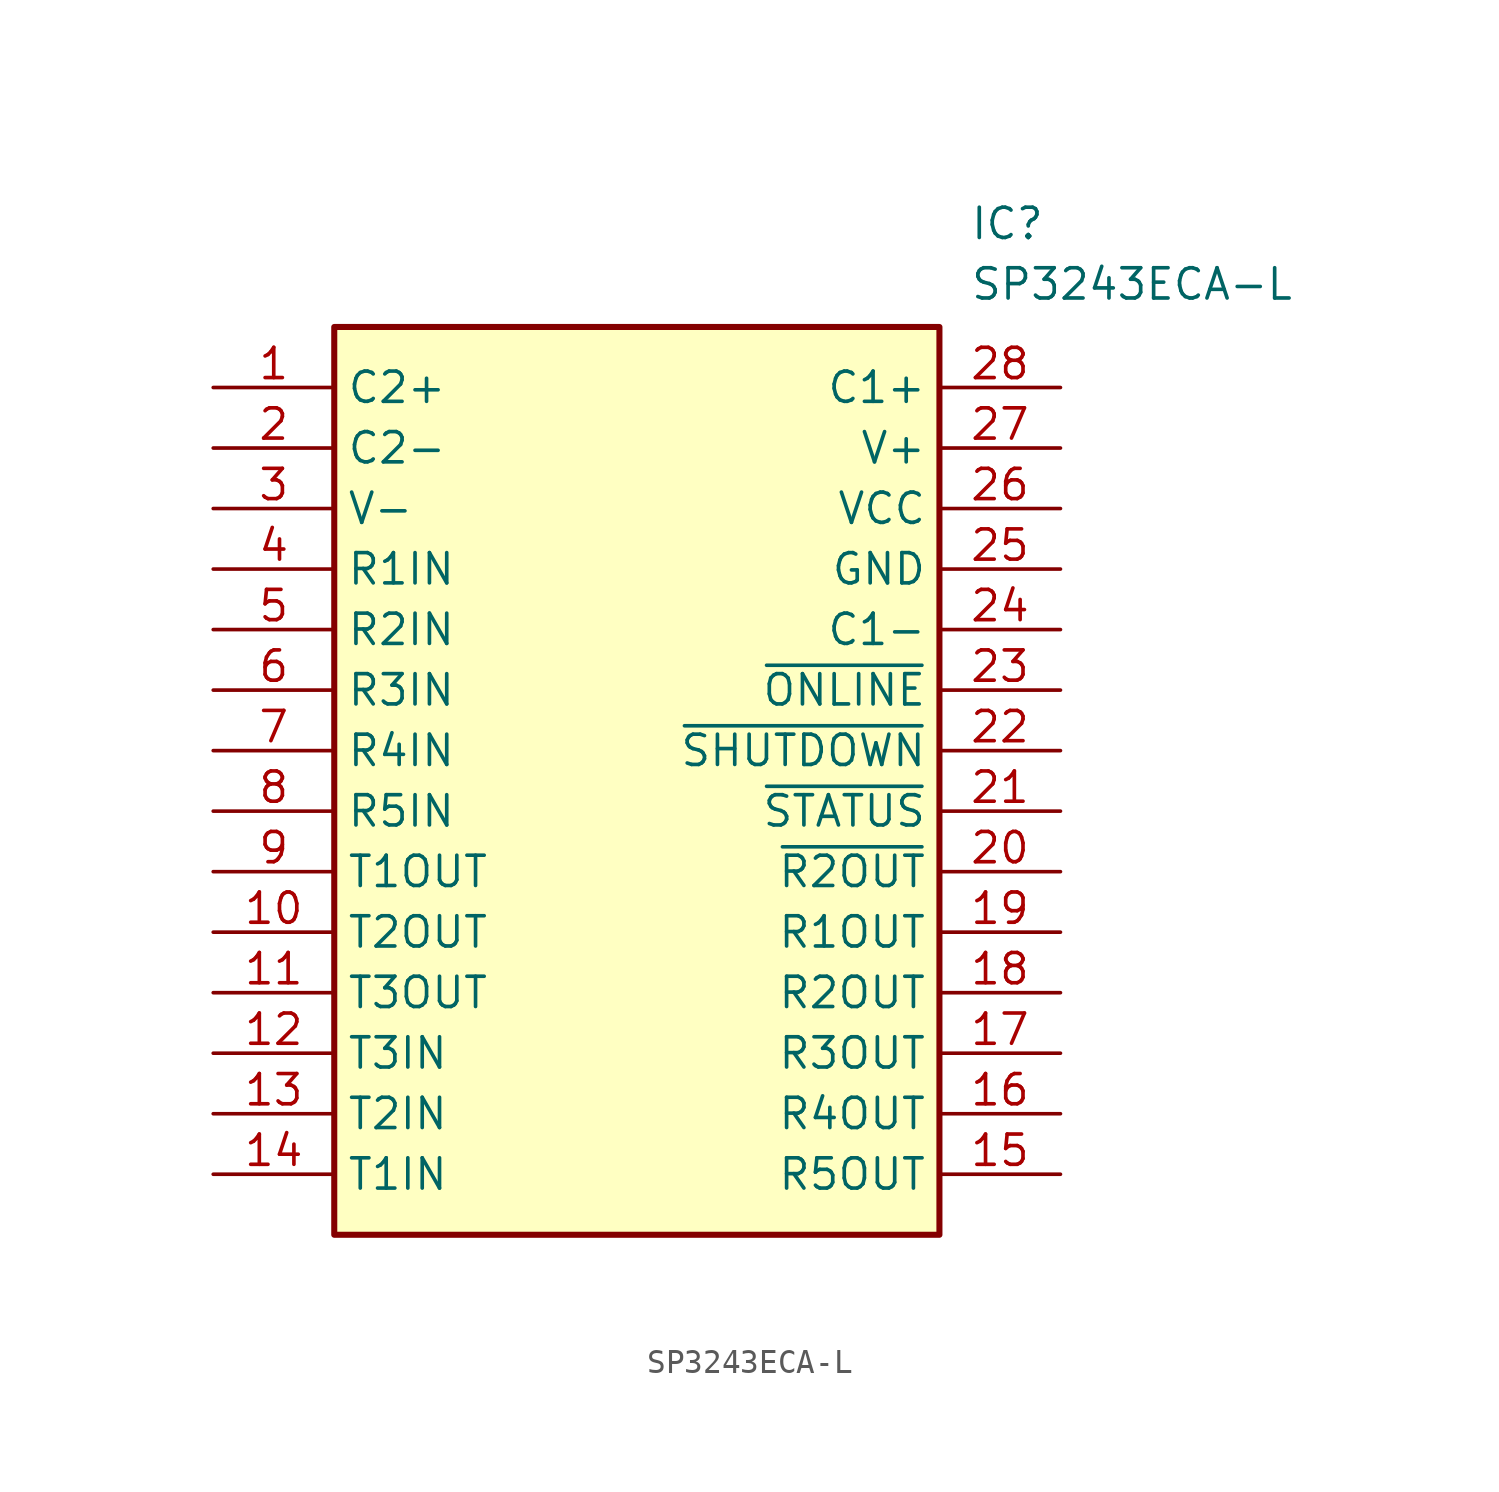
<source format=kicad_sym>
(kicad_symbol_lib
  (version 20211014)
  (generator SamacSys_ECAD_Model)
  (symbol "SP3243ECA-L"
    (property "Reference" "IC"
      (at 31.75 7.62 0)
      (effects (font (size 1.27 1.27)) (justify left top)))
    (property "Value" "SP3243ECA-L"
      (at 31.75 5.08 0)
      (effects (font (size 1.27 1.27)) (justify left top)))
    (rectangle
      (start 5.08 2.54)
      (end 30.48 -35.56)
      (stroke (width 0.254) (type default))
      (fill (type background)))
    (pin passive line
      (at 0 0 0)
      (length 5.08)
      (name "C2+" (effects (font (size 1.27 1.27))))
      (number "1" (effects (font (size 1.27 1.27)))))
    (pin passive line
      (at 0 -2.54 0)
      (length 5.08)
      (name "C2-" (effects (font (size 1.27 1.27))))
      (number "2" (effects (font (size 1.27 1.27)))))
    (pin passive line
      (at 0 -5.08 0)
      (length 5.08)
      (name "V-" (effects (font (size 1.27 1.27))))
      (number "3" (effects (font (size 1.27 1.27)))))
    (pin passive line
      (at 0 -7.62 0)
      (length 5.08)
      (name "R1IN" (effects (font (size 1.27 1.27))))
      (number "4" (effects (font (size 1.27 1.27)))))
    (pin passive line
      (at 0 -10.16 0)
      (length 5.08)
      (name "R2IN" (effects (font (size 1.27 1.27))))
      (number "5" (effects (font (size 1.27 1.27)))))
    (pin passive line
      (at 0 -12.7 0)
      (length 5.08)
      (name "R3IN" (effects (font (size 1.27 1.27))))
      (number "6" (effects (font (size 1.27 1.27)))))
    (pin passive line
      (at 0 -15.24 0)
      (length 5.08)
      (name "R4IN" (effects (font (size 1.27 1.27))))
      (number "7" (effects (font (size 1.27 1.27)))))
    (pin passive line
      (at 0 -17.78 0)
      (length 5.08)
      (name "R5IN" (effects (font (size 1.27 1.27))))
      (number "8" (effects (font (size 1.27 1.27)))))
    (pin passive line
      (at 0 -20.32 0)
      (length 5.08)
      (name "T1OUT" (effects (font (size 1.27 1.27))))
      (number "9" (effects (font (size 1.27 1.27)))))
    (pin passive line
      (at 0 -22.86 0)
      (length 5.08)
      (name "T2OUT" (effects (font (size 1.27 1.27))))
      (number "10" (effects (font (size 1.27 1.27)))))
    (pin passive line
      (at 0 -25.4 0)
      (length 5.08)
      (name "T3OUT" (effects (font (size 1.27 1.27))))
      (number "11" (effects (font (size 1.27 1.27)))))
    (pin passive line
      (at 0 -27.94 0)
      (length 5.08)
      (name "T3IN" (effects (font (size 1.27 1.27))))
      (number "12" (effects (font (size 1.27 1.27)))))
    (pin passive line
      (at 0 -30.48 0)
      (length 5.08)
      (name "T2IN" (effects (font (size 1.27 1.27))))
      (number "13" (effects (font (size 1.27 1.27)))))
    (pin passive line
      (at 0 -33.02 0)
      (length 5.08)
      (name "T1IN" (effects (font (size 1.27 1.27))))
      (number "14" (effects (font (size 1.27 1.27)))))
    (pin passive line
      (at 35.56 0 180)
      (length 5.08)
      (name "C1+" (effects (font (size 1.27 1.27))))
      (number "28" (effects (font (size 1.27 1.27)))))
    (pin passive line
      (at 35.56 -2.54 180)
      (length 5.08)
      (name "V+" (effects (font (size 1.27 1.27))))
      (number "27" (effects (font (size 1.27 1.27)))))
    (pin passive line
      (at 35.56 -5.08 180)
      (length 5.08)
      (name "VCC" (effects (font (size 1.27 1.27))))
      (number "26" (effects (font (size 1.27 1.27)))))
    (pin passive line
      (at 35.56 -7.62 180)
      (length 5.08)
      (name "GND" (effects (font (size 1.27 1.27))))
      (number "25" (effects (font (size 1.27 1.27)))))
    (pin passive line
      (at 35.56 -10.16 180)
      (length 5.08)
      (name "C1-" (effects (font (size 1.27 1.27))))
      (number "24" (effects (font (size 1.27 1.27)))))
    (pin passive line
      (at 35.56 -12.7 180)
      (length 5.08)
      (name "~{ONLINE}" (effects (font (size 1.27 1.27))))
      (number "23" (effects (font (size 1.27 1.27)))))
    (pin passive line
      (at 35.56 -15.24 180)
      (length 5.08)
      (name "~{SHUTDOWN}" (effects (font (size 1.27 1.27))))
      (number "22" (effects (font (size 1.27 1.27)))))
    (pin passive line
      (at 35.56 -17.78 180)
      (length 5.08)
      (name "~{STATUS}" (effects (font (size 1.27 1.27))))
      (number "21" (effects (font (size 1.27 1.27)))))
    (pin passive line
      (at 35.56 -20.32 180)
      (length 5.08)
      (name "~{R2OUT}" (effects (font (size 1.27 1.27))))
      (number "20" (effects (font (size 1.27 1.27)))))
    (pin passive line
      (at 35.56 -22.86 180)
      (length 5.08)
      (name "R1OUT" (effects (font (size 1.27 1.27))))
      (number "19" (effects (font (size 1.27 1.27)))))
    (pin passive line
      (at 35.56 -25.4 180)
      (length 5.08)
      (name "R2OUT" (effects (font (size 1.27 1.27))))
      (number "18" (effects (font (size 1.27 1.27)))))
    (pin passive line
      (at 35.56 -27.94 180)
      (length 5.08)
      (name "R3OUT" (effects (font (size 1.27 1.27))))
      (number "17" (effects (font (size 1.27 1.27)))))
    (pin passive line
      (at 35.56 -30.48 180)
      (length 5.08)
      (name "R4OUT" (effects (font (size 1.27 1.27))))
      (number "16" (effects (font (size 1.27 1.27)))))
    (pin passive line
      (at 35.56 -33.02 180)
      (length 5.08)
      (name "R5OUT" (effects (font (size 1.27 1.27))))
      (number "15" (effects (font (size 1.27 1.27)))))))
</source>
